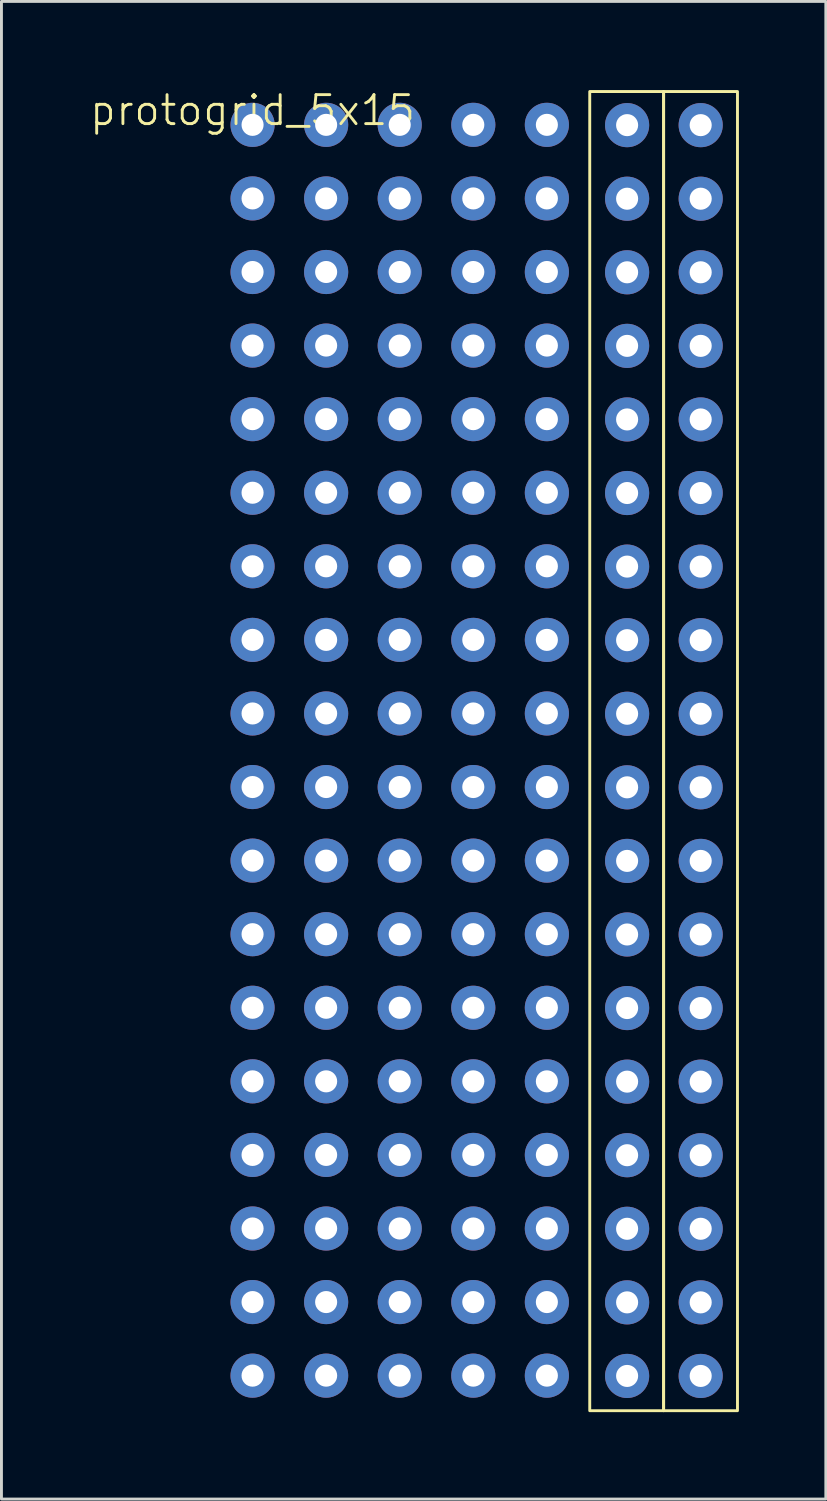
<source format=kicad_pcb>
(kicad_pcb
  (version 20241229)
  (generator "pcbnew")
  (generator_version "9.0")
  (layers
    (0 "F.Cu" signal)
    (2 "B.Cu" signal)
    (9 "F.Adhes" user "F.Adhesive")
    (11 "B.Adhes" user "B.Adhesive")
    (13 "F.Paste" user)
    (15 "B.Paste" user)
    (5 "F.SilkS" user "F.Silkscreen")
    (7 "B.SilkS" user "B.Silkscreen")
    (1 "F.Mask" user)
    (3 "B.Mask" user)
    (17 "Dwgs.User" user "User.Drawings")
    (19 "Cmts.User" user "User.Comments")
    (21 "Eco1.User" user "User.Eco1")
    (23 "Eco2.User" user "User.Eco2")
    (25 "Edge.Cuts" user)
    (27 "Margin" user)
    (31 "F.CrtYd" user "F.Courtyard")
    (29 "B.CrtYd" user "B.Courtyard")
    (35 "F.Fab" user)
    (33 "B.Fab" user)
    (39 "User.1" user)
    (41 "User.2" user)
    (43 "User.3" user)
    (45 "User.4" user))
  (footprint "protogrid_5x15"
    (layer "F.Cu")
    (at 5.669 1.26)
    (property "Reference" "protogrid_5x15" (at 0 -0.5 0) (unlocked yes) (layer "F.SilkS") (effects (font (size 1 1) (thickness 0.1))))
    (attr through_hole)
    (fp_rect (start 11.64 -1.15) (end 14.19 44.39) (stroke (width 0.1) (type default)) (fill no) (layer "F.SilkS"))
    (fp_rect (start 14.19 -1.15) (end 16.74 44.39) (stroke (width 0.1) (type default)) (fill no) (layer "F.SilkS"))
    (pad "1" thru_hole circle (at 0 0) (size 1.524 1.524) (drill 0.762) (layers "*.Cu" "*.Mask"))
    (pad "1" thru_hole circle (at 12.93 0.01) (size 1.524 1.524) (drill 0.762) (layers "*.Cu" "*.Mask"))
    (pad "2" thru_hole circle (at 2.54 0) (size 1.524 1.524) (drill 0.762) (layers "*.Cu" "*.Mask"))
    (pad "2" thru_hole circle (at 15.47 0.01) (size 1.524 1.524) (drill 0.762) (layers "*.Cu" "*.Mask"))
    (pad "3" thru_hole circle (at 5.08 0) (size 1.524 1.524) (drill 0.762) (layers "*.Cu" "*.Mask"))
    (pad "3" thru_hole circle (at 12.93 2.55) (size 1.524 1.524) (drill 0.762) (layers "*.Cu" "*.Mask"))
    (pad "4" thru_hole circle (at 7.62 0) (size 1.524 1.524) (drill 0.762) (layers "*.Cu" "*.Mask"))
    (pad "4" thru_hole circle (at 15.47 2.55) (size 1.524 1.524) (drill 0.762) (layers "*.Cu" "*.Mask"))
    (pad "5" thru_hole circle (at 10.16 0) (size 1.524 1.524) (drill 0.762) (layers "*.Cu" "*.Mask"))
    (pad "5" thru_hole circle (at 12.93 5.09) (size 1.524 1.524) (drill 0.762) (layers "*.Cu" "*.Mask"))
    (pad "6" thru_hole circle (at 0 2.54) (size 1.524 1.524) (drill 0.762) (layers "*.Cu" "*.Mask"))
    (pad "6" thru_hole circle (at 15.47 5.09) (size 1.524 1.524) (drill 0.762) (layers "*.Cu" "*.Mask"))
    (pad "7" thru_hole circle (at 2.54 2.54) (size 1.524 1.524) (drill 0.762) (layers "*.Cu" "*.Mask"))
    (pad "7" thru_hole circle (at 12.93 7.63) (size 1.524 1.524) (drill 0.762) (layers "*.Cu" "*.Mask"))
    (pad "8" thru_hole circle (at 5.08 2.54) (size 1.524 1.524) (drill 0.762) (layers "*.Cu" "*.Mask"))
    (pad "8" thru_hole circle (at 15.47 7.63) (size 1.524 1.524) (drill 0.762) (layers "*.Cu" "*.Mask"))
    (pad "9" thru_hole circle (at 7.62 2.54) (size 1.524 1.524) (drill 0.762) (layers "*.Cu" "*.Mask"))
    (pad "9" thru_hole circle (at 12.93 10.17) (size 1.524 1.524) (drill 0.762) (layers "*.Cu" "*.Mask"))
    (pad "10" thru_hole circle (at 10.16 2.54) (size 1.524 1.524) (drill 0.762) (layers "*.Cu" "*.Mask"))
    (pad "10" thru_hole circle (at 15.47 10.17) (size 1.524 1.524) (drill 0.762) (layers "*.Cu" "*.Mask"))
    (pad "11" thru_hole circle (at 0 5.08) (size 1.524 1.524) (drill 0.762) (layers "*.Cu" "*.Mask"))
    (pad "11" thru_hole circle (at 12.93 12.71) (size 1.524 1.524) (drill 0.762) (layers "*.Cu" "*.Mask"))
    (pad "12" thru_hole circle (at 2.54 5.08) (size 1.524 1.524) (drill 0.762) (layers "*.Cu" "*.Mask"))
    (pad "12" thru_hole circle (at 15.47 12.71) (size 1.524 1.524) (drill 0.762) (layers "*.Cu" "*.Mask"))
    (pad "13" thru_hole circle (at 5.08 5.08) (size 1.524 1.524) (drill 0.762) (layers "*.Cu" "*.Mask"))
    (pad "13" thru_hole circle (at 12.93 15.25) (size 1.524 1.524) (drill 0.762) (layers "*.Cu" "*.Mask"))
    (pad "14" thru_hole circle (at 7.62 5.08) (size 1.524 1.524) (drill 0.762) (layers "*.Cu" "*.Mask"))
    (pad "14" thru_hole circle (at 15.47 15.25) (size 1.524 1.524) (drill 0.762) (layers "*.Cu" "*.Mask"))
    (pad "15" thru_hole circle (at 10.16 5.08) (size 1.524 1.524) (drill 0.762) (layers "*.Cu" "*.Mask"))
    (pad "15" thru_hole circle (at 12.93 17.79) (size 1.524 1.524) (drill 0.762) (layers "*.Cu" "*.Mask"))
    (pad "16" thru_hole circle (at 0 7.62) (size 1.524 1.524) (drill 0.762) (layers "*.Cu" "*.Mask"))
    (pad "16" thru_hole circle (at 15.47 17.79) (size 1.524 1.524) (drill 0.762) (layers "*.Cu" "*.Mask"))
    (pad "17" thru_hole circle (at 2.54 7.62) (size 1.524 1.524) (drill 0.762) (layers "*.Cu" "*.Mask"))
    (pad "17" thru_hole circle (at 12.93 20.33) (size 1.524 1.524) (drill 0.762) (layers "*.Cu" "*.Mask"))
    (pad "18" thru_hole circle (at 5.08 7.62) (size 1.524 1.524) (drill 0.762) (layers "*.Cu" "*.Mask"))
    (pad "18" thru_hole circle (at 15.47 20.33) (size 1.524 1.524) (drill 0.762) (layers "*.Cu" "*.Mask"))
    (pad "19" thru_hole circle (at 7.62 7.62) (size 1.524 1.524) (drill 0.762) (layers "*.Cu" "*.Mask"))
    (pad "19" thru_hole circle (at 12.93 22.87) (size 1.524 1.524) (drill 0.762) (layers "*.Cu" "*.Mask"))
    (pad "20" thru_hole circle (at 10.16 7.62) (size 1.524 1.524) (drill 0.762) (layers "*.Cu" "*.Mask"))
    (pad "20" thru_hole circle (at 15.47 22.87) (size 1.524 1.524) (drill 0.762) (layers "*.Cu" "*.Mask"))
    (pad "21" thru_hole circle (at 0 10.16) (size 1.524 1.524) (drill 0.762) (layers "*.Cu" "*.Mask"))
    (pad "21" thru_hole circle (at 12.93 25.41) (size 1.524 1.524) (drill 0.762) (layers "*.Cu" "*.Mask"))
    (pad "22" thru_hole circle (at 2.54 10.16) (size 1.524 1.524) (drill 0.762) (layers "*.Cu" "*.Mask"))
    (pad "22" thru_hole circle (at 15.47 25.41) (size 1.524 1.524) (drill 0.762) (layers "*.Cu" "*.Mask"))
    (pad "23" thru_hole circle (at 5.08 10.16) (size 1.524 1.524) (drill 0.762) (layers "*.Cu" "*.Mask"))
    (pad "23" thru_hole circle (at 12.93 27.95) (size 1.524 1.524) (drill 0.762) (layers "*.Cu" "*.Mask"))
    (pad "24" thru_hole circle (at 7.62 10.16) (size 1.524 1.524) (drill 0.762) (layers "*.Cu" "*.Mask"))
    (pad "24" thru_hole circle (at 15.47 27.95) (size 1.524 1.524) (drill 0.762) (layers "*.Cu" "*.Mask"))
    (pad "25" thru_hole circle (at 10.16 10.16) (size 1.524 1.524) (drill 0.762) (layers "*.Cu" "*.Mask"))
    (pad "25" thru_hole circle (at 12.93 30.49) (size 1.524 1.524) (drill 0.762) (layers "*.Cu" "*.Mask"))
    (pad "26" thru_hole circle (at 0 12.7) (size 1.524 1.524) (drill 0.762) (layers "*.Cu" "*.Mask"))
    (pad "26" thru_hole circle (at 15.47 30.49) (size 1.524 1.524) (drill 0.762) (layers "*.Cu" "*.Mask"))
    (pad "27" thru_hole circle (at 2.54 12.7) (size 1.524 1.524) (drill 0.762) (layers "*.Cu" "*.Mask"))
    (pad "27" thru_hole circle (at 12.93 33.03) (size 1.524 1.524) (drill 0.762) (layers "*.Cu" "*.Mask"))
    (pad "28" thru_hole circle (at 5.08 12.7) (size 1.524 1.524) (drill 0.762) (layers "*.Cu" "*.Mask"))
    (pad "28" thru_hole circle (at 15.47 33.03) (size 1.524 1.524) (drill 0.762) (layers "*.Cu" "*.Mask"))
    (pad "29" thru_hole circle (at 7.62 12.7) (size 1.524 1.524) (drill 0.762) (layers "*.Cu" "*.Mask"))
    (pad "29" thru_hole circle (at 12.93 35.57) (size 1.524 1.524) (drill 0.762) (layers "*.Cu" "*.Mask"))
    (pad "30" thru_hole circle (at 10.16 12.7) (size 1.524 1.524) (drill 0.762) (layers "*.Cu" "*.Mask"))
    (pad "30" thru_hole circle (at 15.47 35.57) (size 1.524 1.524) (drill 0.762) (layers "*.Cu" "*.Mask"))
    (pad "31" thru_hole circle (at 0 15.24) (size 1.524 1.524) (drill 0.762) (layers "*.Cu" "*.Mask"))
    (pad "31" thru_hole circle (at 12.93 38.11) (size 1.524 1.524) (drill 0.762) (layers "*.Cu" "*.Mask"))
    (pad "32" thru_hole circle (at 2.54 15.24) (size 1.524 1.524) (drill 0.762) (layers "*.Cu" "*.Mask"))
    (pad "32" thru_hole circle (at 15.47 38.11) (size 1.524 1.524) (drill 0.762) (layers "*.Cu" "*.Mask"))
    (pad "33" thru_hole circle (at 5.08 15.24) (size 1.524 1.524) (drill 0.762) (layers "*.Cu" "*.Mask"))
    (pad "33" thru_hole circle (at 12.93 40.65) (size 1.524 1.524) (drill 0.762) (layers "*.Cu" "*.Mask"))
    (pad "34" thru_hole circle (at 7.62 15.24) (size 1.524 1.524) (drill 0.762) (layers "*.Cu" "*.Mask"))
    (pad "34" thru_hole circle (at 15.47 40.65) (size 1.524 1.524) (drill 0.762) (layers "*.Cu" "*.Mask"))
    (pad "35" thru_hole circle (at 10.16 15.24) (size 1.524 1.524) (drill 0.762) (layers "*.Cu" "*.Mask"))
    (pad "35" thru_hole circle (at 12.93 43.19) (size 1.524 1.524) (drill 0.762) (layers "*.Cu" "*.Mask"))
    (pad "36" thru_hole circle (at 0 17.78) (size 1.524 1.524) (drill 0.762) (layers "*.Cu" "*.Mask"))
    (pad "36" thru_hole circle (at 15.47 43.19) (size 1.524 1.524) (drill 0.762) (layers "*.Cu" "*.Mask"))
    (pad "37" thru_hole circle (at 2.54 17.78) (size 1.524 1.524) (drill 0.762) (layers "*.Cu" "*.Mask"))
    (pad "38" thru_hole circle (at 5.08 17.78) (size 1.524 1.524) (drill 0.762) (layers "*.Cu" "*.Mask"))
    (pad "39" thru_hole circle (at 7.62 17.78) (size 1.524 1.524) (drill 0.762) (layers "*.Cu" "*.Mask"))
    (pad "40" thru_hole circle (at 10.16 17.78) (size 1.524 1.524) (drill 0.762) (layers "*.Cu" "*.Mask"))
    (pad "41" thru_hole circle (at 0 20.32) (size 1.524 1.524) (drill 0.762) (layers "*.Cu" "*.Mask"))
    (pad "42" thru_hole circle (at 2.54 20.32) (size 1.524 1.524) (drill 0.762) (layers "*.Cu" "*.Mask"))
    (pad "43" thru_hole circle (at 5.08 20.32) (size 1.524 1.524) (drill 0.762) (layers "*.Cu" "*.Mask"))
    (pad "44" thru_hole circle (at 7.62 20.32) (size 1.524 1.524) (drill 0.762) (layers "*.Cu" "*.Mask"))
    (pad "45" thru_hole circle (at 10.16 20.32) (size 1.524 1.524) (drill 0.762) (layers "*.Cu" "*.Mask"))
    (pad "46" thru_hole circle (at 0 22.86) (size 1.524 1.524) (drill 0.762) (layers "*.Cu" "*.Mask"))
    (pad "47" thru_hole circle (at 2.54 22.86) (size 1.524 1.524) (drill 0.762) (layers "*.Cu" "*.Mask"))
    (pad "48" thru_hole circle (at 5.08 22.86) (size 1.524 1.524) (drill 0.762) (layers "*.Cu" "*.Mask"))
    (pad "49" thru_hole circle (at 7.62 22.86) (size 1.524 1.524) (drill 0.762) (layers "*.Cu" "*.Mask"))
    (pad "50" thru_hole circle (at 10.16 22.86) (size 1.524 1.524) (drill 0.762) (layers "*.Cu" "*.Mask"))
    (pad "51" thru_hole circle (at 0 25.4) (size 1.524 1.524) (drill 0.762) (layers "*.Cu" "*.Mask"))
    (pad "52" thru_hole circle (at 2.54 25.4) (size 1.524 1.524) (drill 0.762) (layers "*.Cu" "*.Mask"))
    (pad "53" thru_hole circle (at 5.08 25.4) (size 1.524 1.524) (drill 0.762) (layers "*.Cu" "*.Mask"))
    (pad "54" thru_hole circle (at 7.62 25.4) (size 1.524 1.524) (drill 0.762) (layers "*.Cu" "*.Mask"))
    (pad "55" thru_hole circle (at 10.16 25.4) (size 1.524 1.524) (drill 0.762) (layers "*.Cu" "*.Mask"))
    (pad "56" thru_hole circle (at 0 27.94) (size 1.524 1.524) (drill 0.762) (layers "*.Cu" "*.Mask"))
    (pad "57" thru_hole circle (at 2.54 27.94) (size 1.524 1.524) (drill 0.762) (layers "*.Cu" "*.Mask"))
    (pad "58" thru_hole circle (at 5.08 27.94) (size 1.524 1.524) (drill 0.762) (layers "*.Cu" "*.Mask"))
    (pad "59" thru_hole circle (at 7.62 27.94) (size 1.524 1.524) (drill 0.762) (layers "*.Cu" "*.Mask"))
    (pad "60" thru_hole circle (at 10.16 27.94) (size 1.524 1.524) (drill 0.762) (layers "*.Cu" "*.Mask"))
    (pad "61" thru_hole circle (at 0 30.48) (size 1.524 1.524) (drill 0.762) (layers "*.Cu" "*.Mask"))
    (pad "62" thru_hole circle (at 2.54 30.48) (size 1.524 1.524) (drill 0.762) (layers "*.Cu" "*.Mask"))
    (pad "63" thru_hole circle (at 5.08 30.48) (size 1.524 1.524) (drill 0.762) (layers "*.Cu" "*.Mask"))
    (pad "64" thru_hole circle (at 7.62 30.48) (size 1.524 1.524) (drill 0.762) (layers "*.Cu" "*.Mask"))
    (pad "65" thru_hole circle (at 10.16 30.48) (size 1.524 1.524) (drill 0.762) (layers "*.Cu" "*.Mask"))
    (pad "66" thru_hole circle (at 0 33.02) (size 1.524 1.524) (drill 0.762) (layers "*.Cu" "*.Mask"))
    (pad "67" thru_hole circle (at 2.54 33.02) (size 1.524 1.524) (drill 0.762) (layers "*.Cu" "*.Mask"))
    (pad "68" thru_hole circle (at 5.08 33.02) (size 1.524 1.524) (drill 0.762) (layers "*.Cu" "*.Mask"))
    (pad "69" thru_hole circle (at 7.62 33.02) (size 1.524 1.524) (drill 0.762) (layers "*.Cu" "*.Mask"))
    (pad "70" thru_hole circle (at 10.16 33.02) (size 1.524 1.524) (drill 0.762) (layers "*.Cu" "*.Mask"))
    (pad "71" thru_hole circle (at 0 35.56) (size 1.524 1.524) (drill 0.762) (layers "*.Cu" "*.Mask"))
    (pad "72" thru_hole circle (at 2.54 35.56) (size 1.524 1.524) (drill 0.762) (layers "*.Cu" "*.Mask"))
    (pad "73" thru_hole circle (at 5.08 35.56) (size 1.524 1.524) (drill 0.762) (layers "*.Cu" "*.Mask"))
    (pad "74" thru_hole circle (at 7.62 35.56) (size 1.524 1.524) (drill 0.762) (layers "*.Cu" "*.Mask"))
    (pad "75" thru_hole circle (at 10.16 35.56) (size 1.524 1.524) (drill 0.762) (layers "*.Cu" "*.Mask"))
    (pad "76" thru_hole circle (at 0 38.1) (size 1.524 1.524) (drill 0.762) (layers "*.Cu" "*.Mask"))
    (pad "77" thru_hole circle (at 2.54 38.1) (size 1.524 1.524) (drill 0.762) (layers "*.Cu" "*.Mask"))
    (pad "78" thru_hole circle (at 5.08 38.1) (size 1.524 1.524) (drill 0.762) (layers "*.Cu" "*.Mask"))
    (pad "79" thru_hole circle (at 7.62 38.1) (size 1.524 1.524) (drill 0.762) (layers "*.Cu" "*.Mask"))
    (pad "80" thru_hole circle (at 10.16 38.1) (size 1.524 1.524) (drill 0.762) (layers "*.Cu" "*.Mask"))
    (pad "81" thru_hole circle (at 0 40.64) (size 1.524 1.524) (drill 0.762) (layers "*.Cu" "*.Mask"))
    (pad "82" thru_hole circle (at 2.54 40.64) (size 1.524 1.524) (drill 0.762) (layers "*.Cu" "*.Mask"))
    (pad "83" thru_hole circle (at 5.08 40.64) (size 1.524 1.524) (drill 0.762) (layers "*.Cu" "*.Mask"))
    (pad "84" thru_hole circle (at 7.62 40.64) (size 1.524 1.524) (drill 0.762) (layers "*.Cu" "*.Mask"))
    (pad "85" thru_hole circle (at 10.16 40.64) (size 1.524 1.524) (drill 0.762) (layers "*.Cu" "*.Mask"))
    (pad "86" thru_hole circle (at 0 43.18) (size 1.524 1.524) (drill 0.762) (layers "*.Cu" "*.Mask"))
    (pad "87" thru_hole circle (at 2.54 43.18) (size 1.524 1.524) (drill 0.762) (layers "*.Cu" "*.Mask"))
    (pad "88" thru_hole circle (at 5.08 43.18) (size 1.524 1.524) (drill 0.762) (layers "*.Cu" "*.Mask"))
    (pad "89" thru_hole circle (at 7.62 43.18) (size 1.524 1.524) (drill 0.762) (layers "*.Cu" "*.Mask"))
    (pad "90" thru_hole circle (at 10.16 43.18) (size 1.524 1.524) (drill 0.762) (layers "*.Cu" "*.Mask")))
  (gr_rect
    (start -3 -3)
    (end 25.459 48.7)
    (stroke (width 0.1) (type default))
    (fill no)
    (layer "Edge.Cuts")))
</source>
